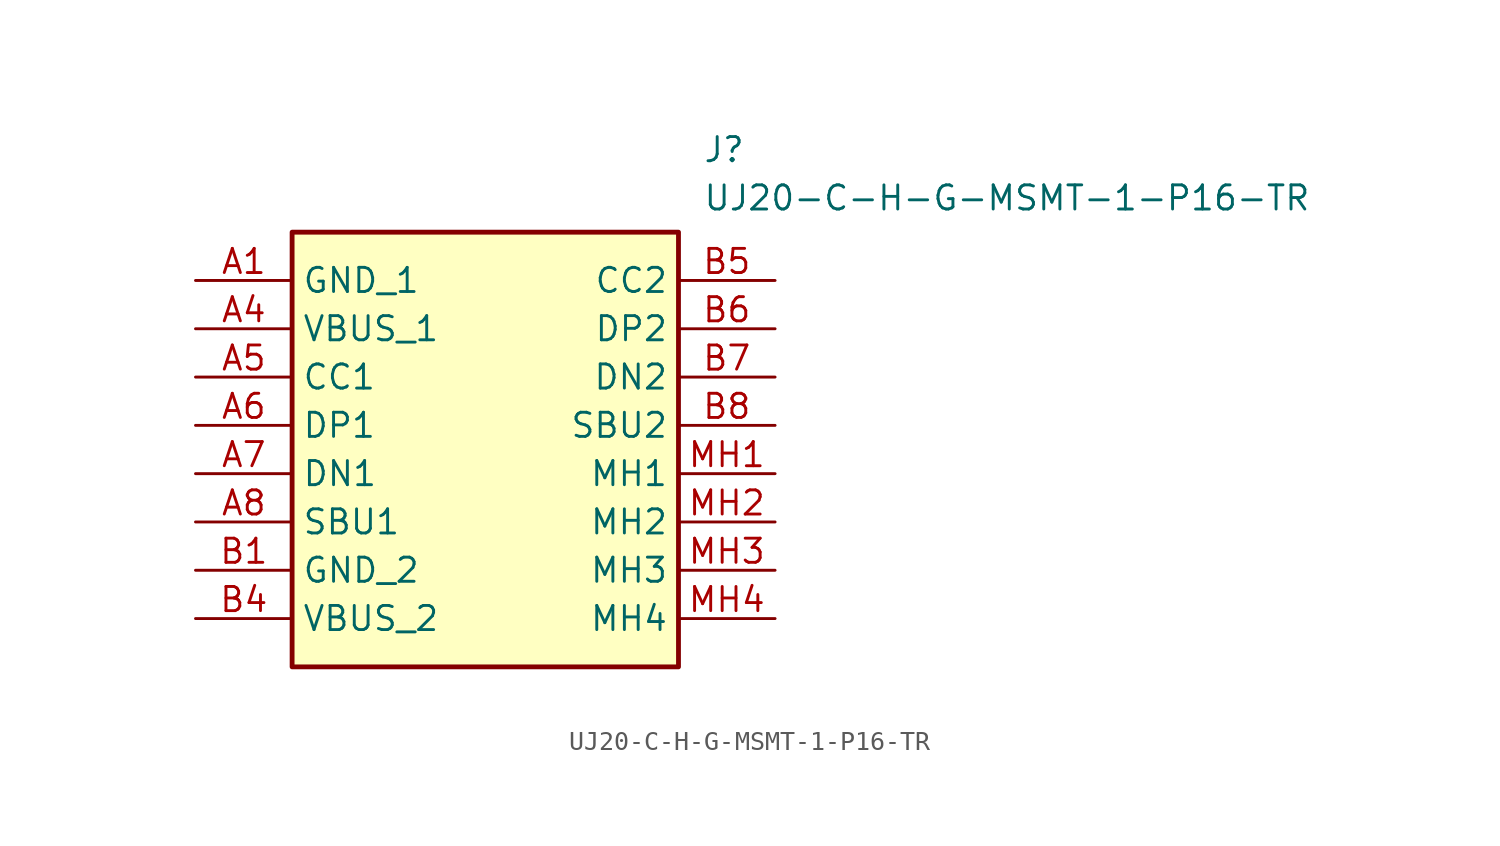
<source format=kicad_sym>
(kicad_symbol_lib
  (version 20211014)
  (generator SamacSys_ECAD_Model)
  (symbol "UJ20-C-H-G-MSMT-1-P16-TR"
    (property "Reference" "J"
      (at 26.67 7.62 0)
      (effects (font (size 1.27 1.27)) (justify left top)))
    (property "Value" "UJ20-C-H-G-MSMT-1-P16-TR"
      (at 26.67 5.08 0)
      (effects (font (size 1.27 1.27)) (justify left top)))
    (rectangle
      (start 5.08 2.54)
      (end 25.4 -20.32)
      (stroke (width 0.254) (type default))
      (fill (type background)))
    (pin passive line
      (at 0 0 0)
      (length 5.08)
      (name "GND_1" (effects (font (size 1.27 1.27))))
      (number "A1" (effects (font (size 1.27 1.27)))))
    (pin passive line
      (at 0 -2.54 0)
      (length 5.08)
      (name "VBUS_1" (effects (font (size 1.27 1.27))))
      (number "A4" (effects (font (size 1.27 1.27)))))
    (pin passive line
      (at 0 -5.08 0)
      (length 5.08)
      (name "CC1" (effects (font (size 1.27 1.27))))
      (number "A5" (effects (font (size 1.27 1.27)))))
    (pin passive line
      (at 0 -7.62 0)
      (length 5.08)
      (name "DP1" (effects (font (size 1.27 1.27))))
      (number "A6" (effects (font (size 1.27 1.27)))))
    (pin passive line
      (at 0 -10.16 0)
      (length 5.08)
      (name "DN1" (effects (font (size 1.27 1.27))))
      (number "A7" (effects (font (size 1.27 1.27)))))
    (pin passive line
      (at 0 -12.7 0)
      (length 5.08)
      (name "SBU1" (effects (font (size 1.27 1.27))))
      (number "A8" (effects (font (size 1.27 1.27)))))
    (pin passive line
      (at 0 -15.24 0)
      (length 5.08)
      (name "GND_2" (effects (font (size 1.27 1.27))))
      (number "B1" (effects (font (size 1.27 1.27)))))
    (pin passive line
      (at 0 -17.78 0)
      (length 5.08)
      (name "VBUS_2" (effects (font (size 1.27 1.27))))
      (number "B4" (effects (font (size 1.27 1.27)))))
    (pin passive line
      (at 30.48 0 180)
      (length 5.08)
      (name "CC2" (effects (font (size 1.27 1.27))))
      (number "B5" (effects (font (size 1.27 1.27)))))
    (pin passive line
      (at 30.48 -2.54 180)
      (length 5.08)
      (name "DP2" (effects (font (size 1.27 1.27))))
      (number "B6" (effects (font (size 1.27 1.27)))))
    (pin passive line
      (at 30.48 -5.08 180)
      (length 5.08)
      (name "DN2" (effects (font (size 1.27 1.27))))
      (number "B7" (effects (font (size 1.27 1.27)))))
    (pin passive line
      (at 30.48 -7.62 180)
      (length 5.08)
      (name "SBU2" (effects (font (size 1.27 1.27))))
      (number "B8" (effects (font (size 1.27 1.27)))))
    (pin passive line
      (at 30.48 -10.16 180)
      (length 5.08)
      (name "MH1" (effects (font (size 1.27 1.27))))
      (number "MH1" (effects (font (size 1.27 1.27)))))
    (pin passive line
      (at 30.48 -12.7 180)
      (length 5.08)
      (name "MH2" (effects (font (size 1.27 1.27))))
      (number "MH2" (effects (font (size 1.27 1.27)))))
    (pin passive line
      (at 30.48 -15.24 180)
      (length 5.08)
      (name "MH3" (effects (font (size 1.27 1.27))))
      (number "MH3" (effects (font (size 1.27 1.27)))))
    (pin passive line
      (at 30.48 -17.78 180)
      (length 5.08)
      (name "MH4" (effects (font (size 1.27 1.27))))
      (number "MH4" (effects (font (size 1.27 1.27)))))))
</source>
